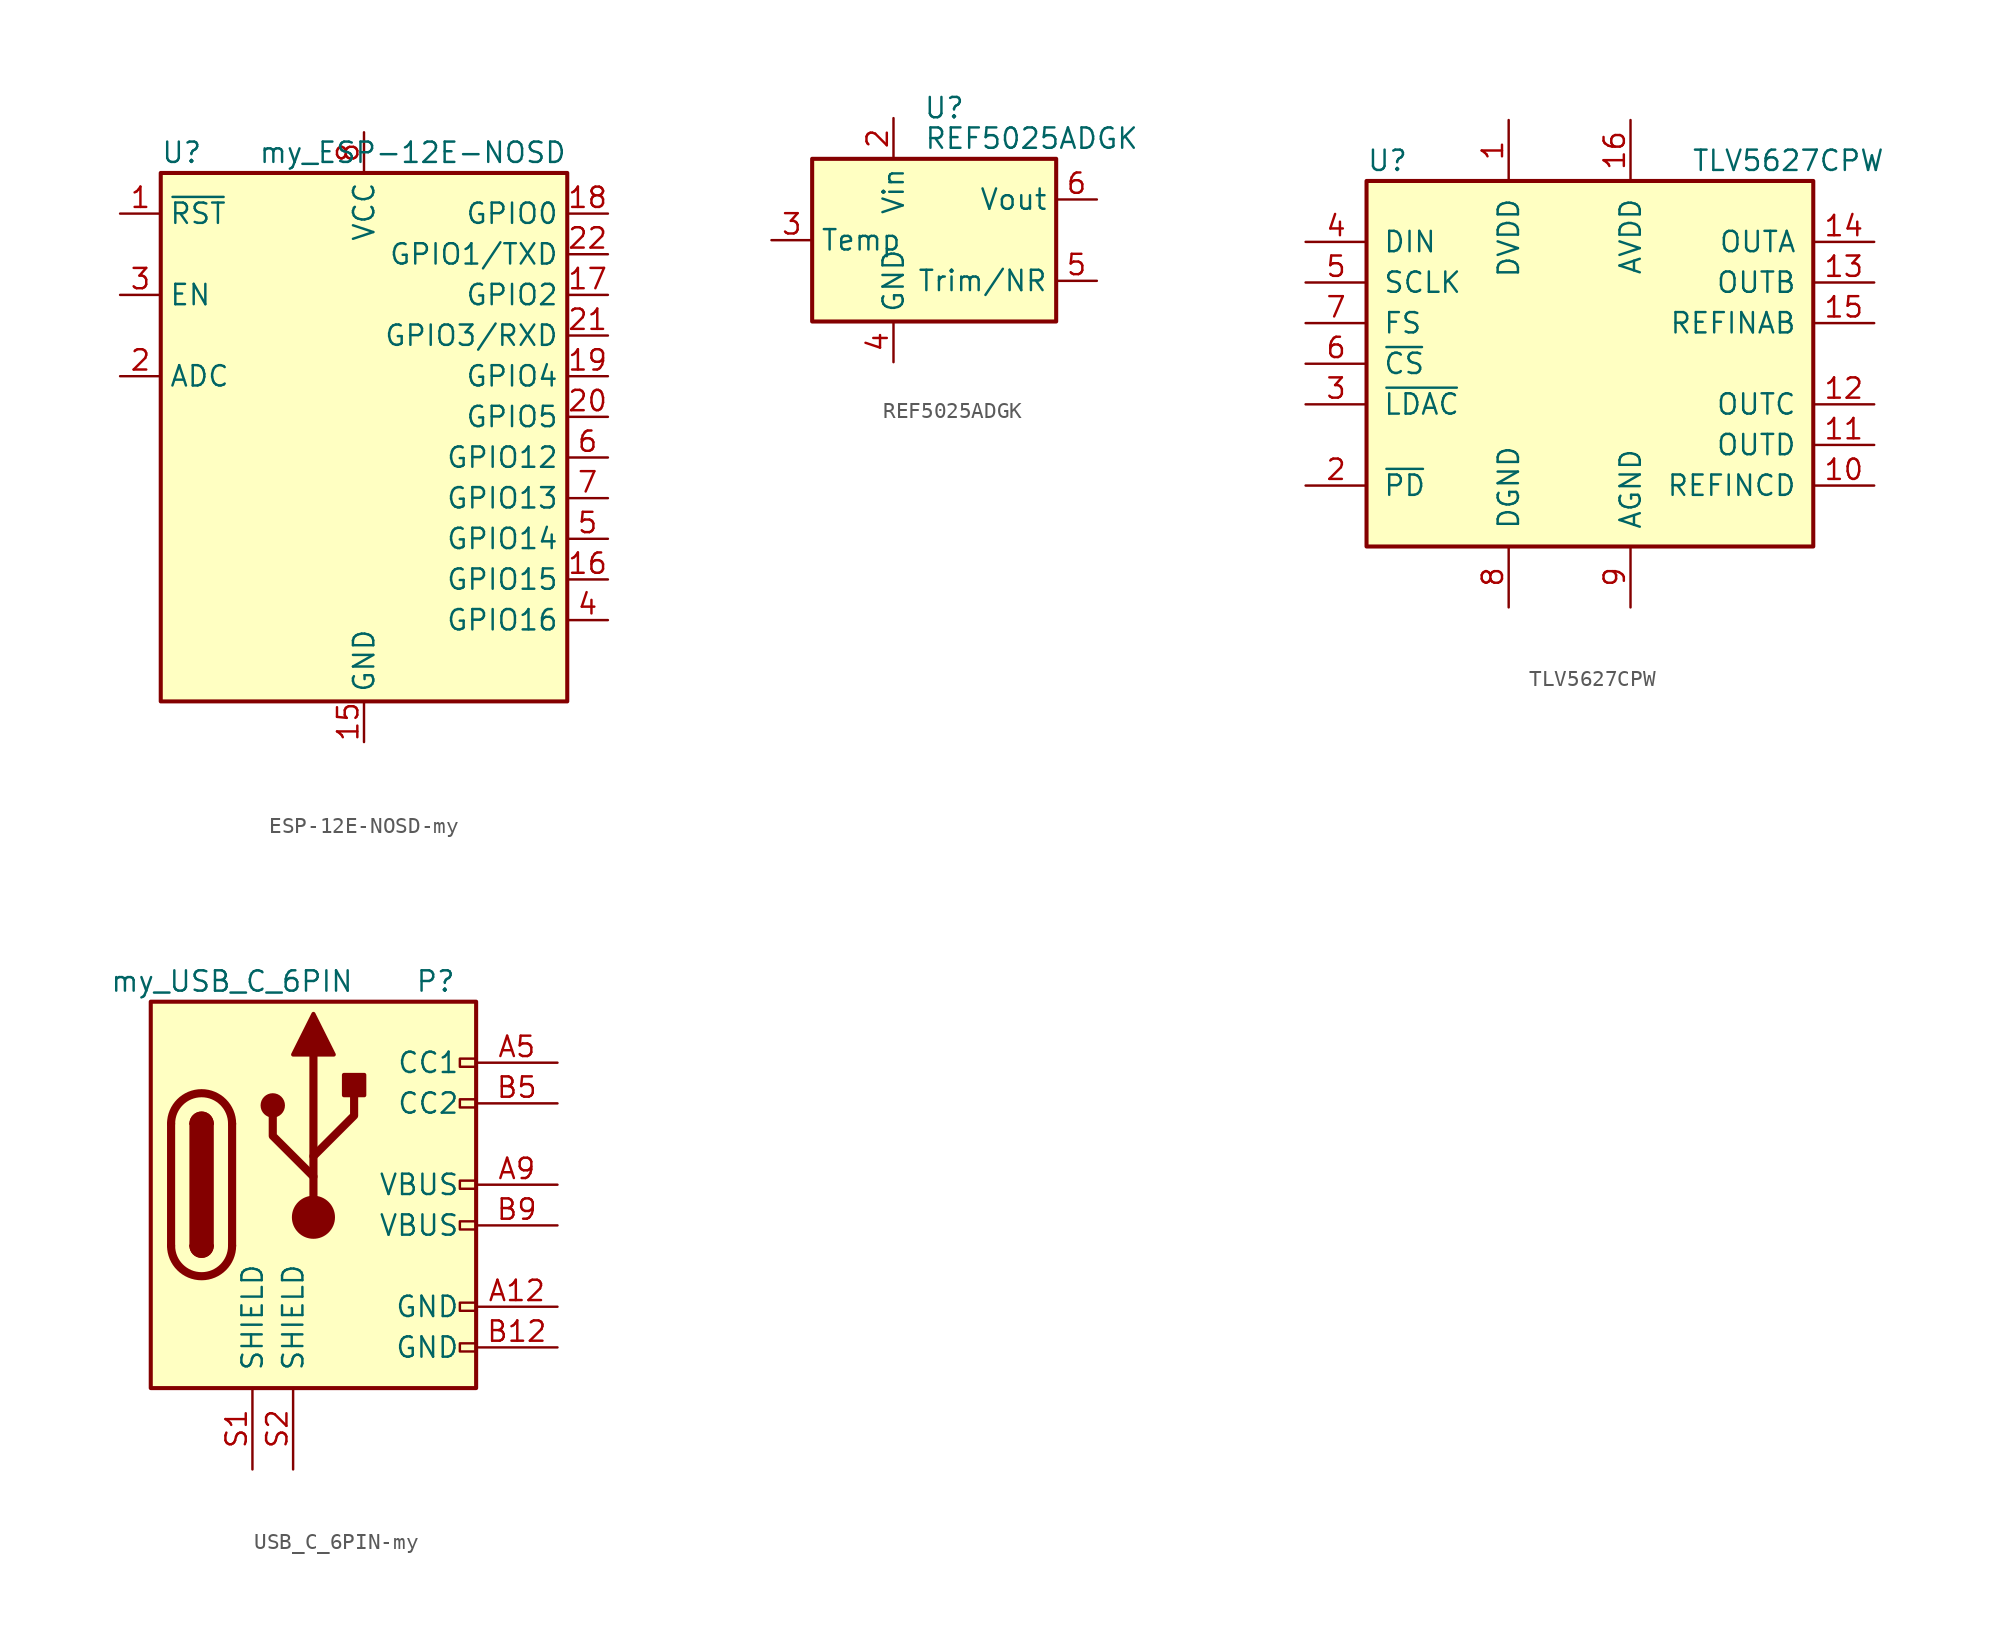
<source format=kicad_sym>
(kicad_symbol_lib
  (version 20220914)
  (generator kicad_symbol_editor)
  (symbol "ESP-12E-NOSD-my"
    (property "Reference" "U"
      (at -12.7 19.05 0)
      (effects (font (size 1.27 1.27)) (justify left)))
    (property "Value" "my_ESP-12E-NOSD"
      (at 12.7 19.05 0)
      (effects (font (size 1.27 1.27)) (justify right)))
    (symbol "ESP-12E-NOSD-my_0_1"
      (rectangle (start -12.7 17.78) (end 12.7 -15.24) (stroke (width 0.254) (type solid)) (fill (type background))))
    (symbol "ESP-12E-NOSD-my_1_1"
      (pin input line (at -15.24 15.24 0) (length 2.54) (name "~{RST}" (effects (font (size 1.27 1.27)))) (number "1" (effects (font (size 1.27 1.27)))))
      (pin power_in line (at 0 -17.78 90) (length 2.54) (name "GND" (effects (font (size 1.27 1.27)))) (number "15" (effects (font (size 1.27 1.27)))))
      (pin bidirectional line (at 15.24 -7.62 180) (length 2.54) (name "GPIO15" (effects (font (size 1.27 1.27)))) (number "16" (effects (font (size 1.27 1.27)))))
      (pin bidirectional line (at 15.24 10.16 180) (length 2.54) (name "GPIO2" (effects (font (size 1.27 1.27)))) (number "17" (effects (font (size 1.27 1.27)))))
      (pin bidirectional line (at 15.24 15.24 180) (length 2.54) (name "GPIO0" (effects (font (size 1.27 1.27)))) (number "18" (effects (font (size 1.27 1.27)))))
      (pin bidirectional line (at 15.24 5.08 180) (length 2.54) (name "GPIO4" (effects (font (size 1.27 1.27)))) (number "19" (effects (font (size 1.27 1.27)))))
      (pin input line (at -15.24 5.08 0) (length 2.54) (name "ADC" (effects (font (size 1.27 1.27)))) (number "2" (effects (font (size 1.27 1.27)))))
      (pin bidirectional line (at 15.24 2.54 180) (length 2.54) (name "GPIO5" (effects (font (size 1.27 1.27)))) (number "20" (effects (font (size 1.27 1.27)))))
      (pin bidirectional line (at 15.24 7.62 180) (length 2.54) (name "GPIO3/RXD" (effects (font (size 1.27 1.27)))) (number "21" (effects (font (size 1.27 1.27)))))
      (pin bidirectional line (at 15.24 12.7 180) (length 2.54) (name "GPIO1/TXD" (effects (font (size 1.27 1.27)))) (number "22" (effects (font (size 1.27 1.27)))))
      (pin input line (at -15.24 10.16 0) (length 2.54) (name "EN" (effects (font (size 1.27 1.27)))) (number "3" (effects (font (size 1.27 1.27)))))
      (pin bidirectional line (at 15.24 -10.16 180) (length 2.54) (name "GPIO16" (effects (font (size 1.27 1.27)))) (number "4" (effects (font (size 1.27 1.27)))))
      (pin bidirectional line (at 15.24 -5.08 180) (length 2.54) (name "GPIO14" (effects (font (size 1.27 1.27)))) (number "5" (effects (font (size 1.27 1.27)))))
      (pin bidirectional line (at 15.24 0 180) (length 2.54) (name "GPIO12" (effects (font (size 1.27 1.27)))) (number "6" (effects (font (size 1.27 1.27)))))
      (pin bidirectional line (at 15.24 -2.54 180) (length 2.54) (name "GPIO13" (effects (font (size 1.27 1.27)))) (number "7" (effects (font (size 1.27 1.27)))))
      (pin power_in line (at 0 20.32 270) (length 2.54) (name "VCC" (effects (font (size 1.27 1.27)))) (number "8" (effects (font (size 1.27 1.27)))))))
  (symbol "REF5025ADGK"
    (property "Reference" "U"
      (at 0.635 8.255 0)
      (effects (font (size 1.27 1.27))))
    (property "Value" "REF5025ADGK"
      (at -0.635 6.35 0)
      (effects (font (size 1.27 1.27)) (justify left)))
    (symbol "REF5025ADGK_0_1"
      (rectangle (start -7.62 5.08) (end 7.62 -5.08) (stroke (width 0.254) (type default)) (fill (type background))))
    (symbol "REF5025ADGK_1_1"
      (pin no_connect line (at -7.62 2.54 0) (length 2.54) hide (name "DNC" (effects (font (size 1.27 1.27)))) (number "1" (effects (font (size 1.27 1.27)))))
      (pin power_in line (at -2.54 7.62 270) (length 2.54) (name "Vin" (effects (font (size 1.27 1.27)))) (number "2" (effects (font (size 1.27 1.27)))))
      (pin passive line (at -10.16 0 0) (length 2.54) (name "Temp" (effects (font (size 1.27 1.27)))) (number "3" (effects (font (size 1.27 1.27)))))
      (pin power_in line (at -2.54 -7.62 90) (length 2.54) (name "GND" (effects (font (size 1.27 1.27)))) (number "4" (effects (font (size 1.27 1.27)))))
      (pin passive line (at 10.16 -2.54 180) (length 2.54) (name "Trim/NR" (effects (font (size 1.27 1.27)))) (number "5" (effects (font (size 1.27 1.27)))))
      (pin power_out line (at 10.16 2.54 180) (length 2.54) (name "Vout" (effects (font (size 1.27 1.27)))) (number "6" (effects (font (size 1.27 1.27)))))
      (pin no_connect line (at -5.08 -5.08 90) (length 2.54) hide (name "NC" (effects (font (size 1.27 1.27)))) (number "7" (effects (font (size 1.27 1.27)))))
      (pin no_connect line (at 7.62 0 180) (length 2.54) hide (name "DNC" (effects (font (size 1.27 1.27)))) (number "8" (effects (font (size 1.27 1.27)))))))
  (symbol "TLV5627CPW"
    (pin_names
      (offset 1.016))
    (property "Reference" "U"
      (at -13.97 12.7 0)
      (effects (font (size 1.27 1.27)) (justify left)))
    (property "Value" "TLV5627CPW"
      (at 6.35 12.7 0)
      (effects (font (size 1.27 1.27)) (justify left)))
    (symbol "TLV5627CPW_0_1"
      (rectangle (start -13.97 11.43) (end 13.97 -11.43) (stroke (width 0.254) (type default)) (fill (type background))))
    (symbol "TLV5627CPW_1_1"
      (pin power_in line (at -5.08 15.24 270) (length 3.81) (name "DVDD" (effects (font (size 1.27 1.27)))) (number "1" (effects (font (size 1.27 1.27)))))
      (pin input line (at 17.78 -7.62 180) (length 3.81) (name "REFINCD" (effects (font (size 1.27 1.27)))) (number "10" (effects (font (size 1.27 1.27)))))
      (pin output line (at 17.78 -5.08 180) (length 3.81) (name "OUTD" (effects (font (size 1.27 1.27)))) (number "11" (effects (font (size 1.27 1.27)))))
      (pin output line (at 17.78 -2.54 180) (length 3.81) (name "OUTC" (effects (font (size 1.27 1.27)))) (number "12" (effects (font (size 1.27 1.27)))))
      (pin output line (at 17.78 5.08 180) (length 3.81) (name "OUTB" (effects (font (size 1.27 1.27)))) (number "13" (effects (font (size 1.27 1.27)))))
      (pin output line (at 17.78 7.62 180) (length 3.81) (name "OUTA" (effects (font (size 1.27 1.27)))) (number "14" (effects (font (size 1.27 1.27)))))
      (pin input line (at 17.78 2.54 180) (length 3.81) (name "REFINAB" (effects (font (size 1.27 1.27)))) (number "15" (effects (font (size 1.27 1.27)))))
      (pin power_in line (at 2.54 15.24 270) (length 3.81) (name "AVDD" (effects (font (size 1.27 1.27)))) (number "16" (effects (font (size 1.27 1.27)))))
      (pin input line (at -17.78 -7.62 0) (length 3.81) (name "~{PD}" (effects (font (size 1.27 1.27)))) (number "2" (effects (font (size 1.27 1.27)))))
      (pin input line (at -17.78 -2.54 0) (length 3.81) (name "~{LDAC}" (effects (font (size 1.27 1.27)))) (number "3" (effects (font (size 1.27 1.27)))))
      (pin input line (at -17.78 7.62 0) (length 3.81) (name "DIN" (effects (font (size 1.27 1.27)))) (number "4" (effects (font (size 1.27 1.27)))))
      (pin input line (at -17.78 5.08 0) (length 3.81) (name "SCLK" (effects (font (size 1.27 1.27)))) (number "5" (effects (font (size 1.27 1.27)))))
      (pin input line (at -17.78 0 0) (length 3.81) (name "~{CS}" (effects (font (size 1.27 1.27)))) (number "6" (effects (font (size 1.27 1.27)))))
      (pin input line (at -17.78 2.54 0) (length 3.81) (name "FS" (effects (font (size 1.27 1.27)))) (number "7" (effects (font (size 1.27 1.27)))))
      (pin power_in line (at -5.08 -15.24 90) (length 3.81) (name "DGND" (effects (font (size 1.27 1.27)))) (number "8" (effects (font (size 1.27 1.27)))))
      (pin power_in line (at 2.54 -15.24 90) (length 3.81) (name "AGND" (effects (font (size 1.27 1.27)))) (number "9" (effects (font (size 1.27 1.27)))))))
  (symbol "USB_C_6PIN-my"
    (pin_names
      (offset 1.016))
    (property "Reference" "P"
      (at 6.35 12.7 0)
      (effects (font (size 1.27 1.27)) (justify left)))
    (property "Value" "my_USB_C_6PIN"
      (at 2.54 12.7 0)
      (effects (font (size 1.27 1.27)) (justify right)))
    (symbol "USB_C_6PIN-my_0_0"
      (rectangle (start 10.16 -9.906) (end 9.144 -10.414) (stroke (width 0) (type solid)) (fill (type none)))
      (rectangle (start 10.16 -7.366) (end 9.144 -7.874) (stroke (width 0) (type solid)) (fill (type none)))
      (rectangle (start 10.16 -2.286) (end 9.144 -2.794) (stroke (width 0) (type solid)) (fill (type none)))
      (rectangle (start 10.16 0.254) (end 9.144 -0.254) (stroke (width 0) (type solid)) (fill (type none)))
      (rectangle (start 10.16 5.334) (end 9.144 4.826) (stroke (width 0) (type solid)) (fill (type none)))
      (rectangle (start 10.16 7.874) (end 9.144 7.366) (stroke (width 0) (type solid)) (fill (type none))))
    (symbol "USB_C_6PIN-my_0_1"
      (rectangle (start -10.16 11.43) (end 10.16 -12.7) (stroke (width 0.254) (type solid)) (fill (type background)))
      (arc (start -8.89 -3.81) (mid -6.985 -5.7067) (end -5.08 -3.81) (stroke (width 0.508) (type solid)) (fill (type none)))
      (arc (start -7.62 -3.81) (mid -6.985 -4.4423) (end -6.35 -3.81) (stroke (width 0.254) (type solid)) (fill (type none)))
      (arc (start -7.62 -3.81) (mid -6.985 -4.4423) (end -6.35 -3.81) (stroke (width 0.254) (type solid)) (fill (type outline)))
      (rectangle (start -7.62 -3.81) (end -6.35 3.81) (stroke (width 0.254) (type solid)) (fill (type outline)))
      (arc (start -6.35 3.81) (mid -6.985 4.4423) (end -7.62 3.81) (stroke (width 0.254) (type solid)) (fill (type none)))
      (arc (start -6.35 3.81) (mid -6.985 4.4423) (end -7.62 3.81) (stroke (width 0.254) (type solid)) (fill (type outline)))
      (arc (start -5.08 3.81) (mid -6.985 5.7067) (end -8.89 3.81) (stroke (width 0.508) (type solid)) (fill (type none)))
      (polyline (pts (xy -8.89 -3.81) (xy -8.89 3.81)) (stroke (width 0.508) (type solid)) (fill (type none)))
      (polyline (pts (xy -5.08 3.81) (xy -5.08 -3.81)) (stroke (width 0.508) (type solid)) (fill (type none))))
    (symbol "USB_C_6PIN-my_1_1"
      (circle (center -2.54 4.953) (radius 0.635) (stroke (width 0.254) (type solid)) (fill (type outline)))
      (circle (center 0 -2.032) (radius 1.27) (stroke (width 0) (type solid)) (fill (type outline)))
      (polyline (pts (xy 0 -2.032) (xy 0 8.128)) (stroke (width 0.508) (type solid)) (fill (type none)))
      (polyline (pts (xy 0 0.508) (xy -2.54 3.048) (xy -2.54 4.318)) (stroke (width 0.508) (type solid)) (fill (type none)))
      (polyline (pts (xy 0 1.778) (xy 2.54 4.318) (xy 2.54 5.588)) (stroke (width 0.508) (type solid)) (fill (type none)))
      (polyline (pts (xy -1.27 8.128) (xy 0 10.668) (xy 1.27 8.128) (xy -1.27 8.128)) (stroke (width 0.254) (type solid)) (fill (type outline)))
      (rectangle (start 1.905 5.588) (end 3.175 6.858) (stroke (width 0.254) (type solid)) (fill (type outline)))
      (pin power_in line (at 15.24 -7.62 180) (length 5.08) (name "GND" (effects (font (size 1.27 1.27)))) (number "A12" (effects (font (size 1.27 1.27)))))
      (pin bidirectional line (at 15.24 7.62 180) (length 5.08) (name "CC1" (effects (font (size 1.27 1.27)))) (number "A5" (effects (font (size 1.27 1.27)))))
      (pin power_in line (at 15.24 0 180) (length 5.08) (name "VBUS" (effects (font (size 1.27 1.27)))) (number "A9" (effects (font (size 1.27 1.27)))))
      (pin power_in line (at 15.24 -10.16 180) (length 5.08) (name "GND" (effects (font (size 1.27 1.27)))) (number "B12" (effects (font (size 1.27 1.27)))))
      (pin bidirectional line (at 15.24 5.08 180) (length 5.08) (name "CC2" (effects (font (size 1.27 1.27)))) (number "B5" (effects (font (size 1.27 1.27)))))
      (pin power_in line (at 15.24 -2.54 180) (length 5.08) (name "VBUS" (effects (font (size 1.27 1.27)))) (number "B9" (effects (font (size 1.27 1.27)))))
      (pin passive line (at -3.81 -17.78 90) (length 5.08) (name "SHIELD" (effects (font (size 1.27 1.27)))) (number "S1" (effects (font (size 1.27 1.27)))))
      (pin passive line (at -1.27 -17.78 90) (length 5.08) (name "SHIELD" (effects (font (size 1.27 1.27)))) (number "S2" (effects (font (size 1.27 1.27))))))))
</source>
